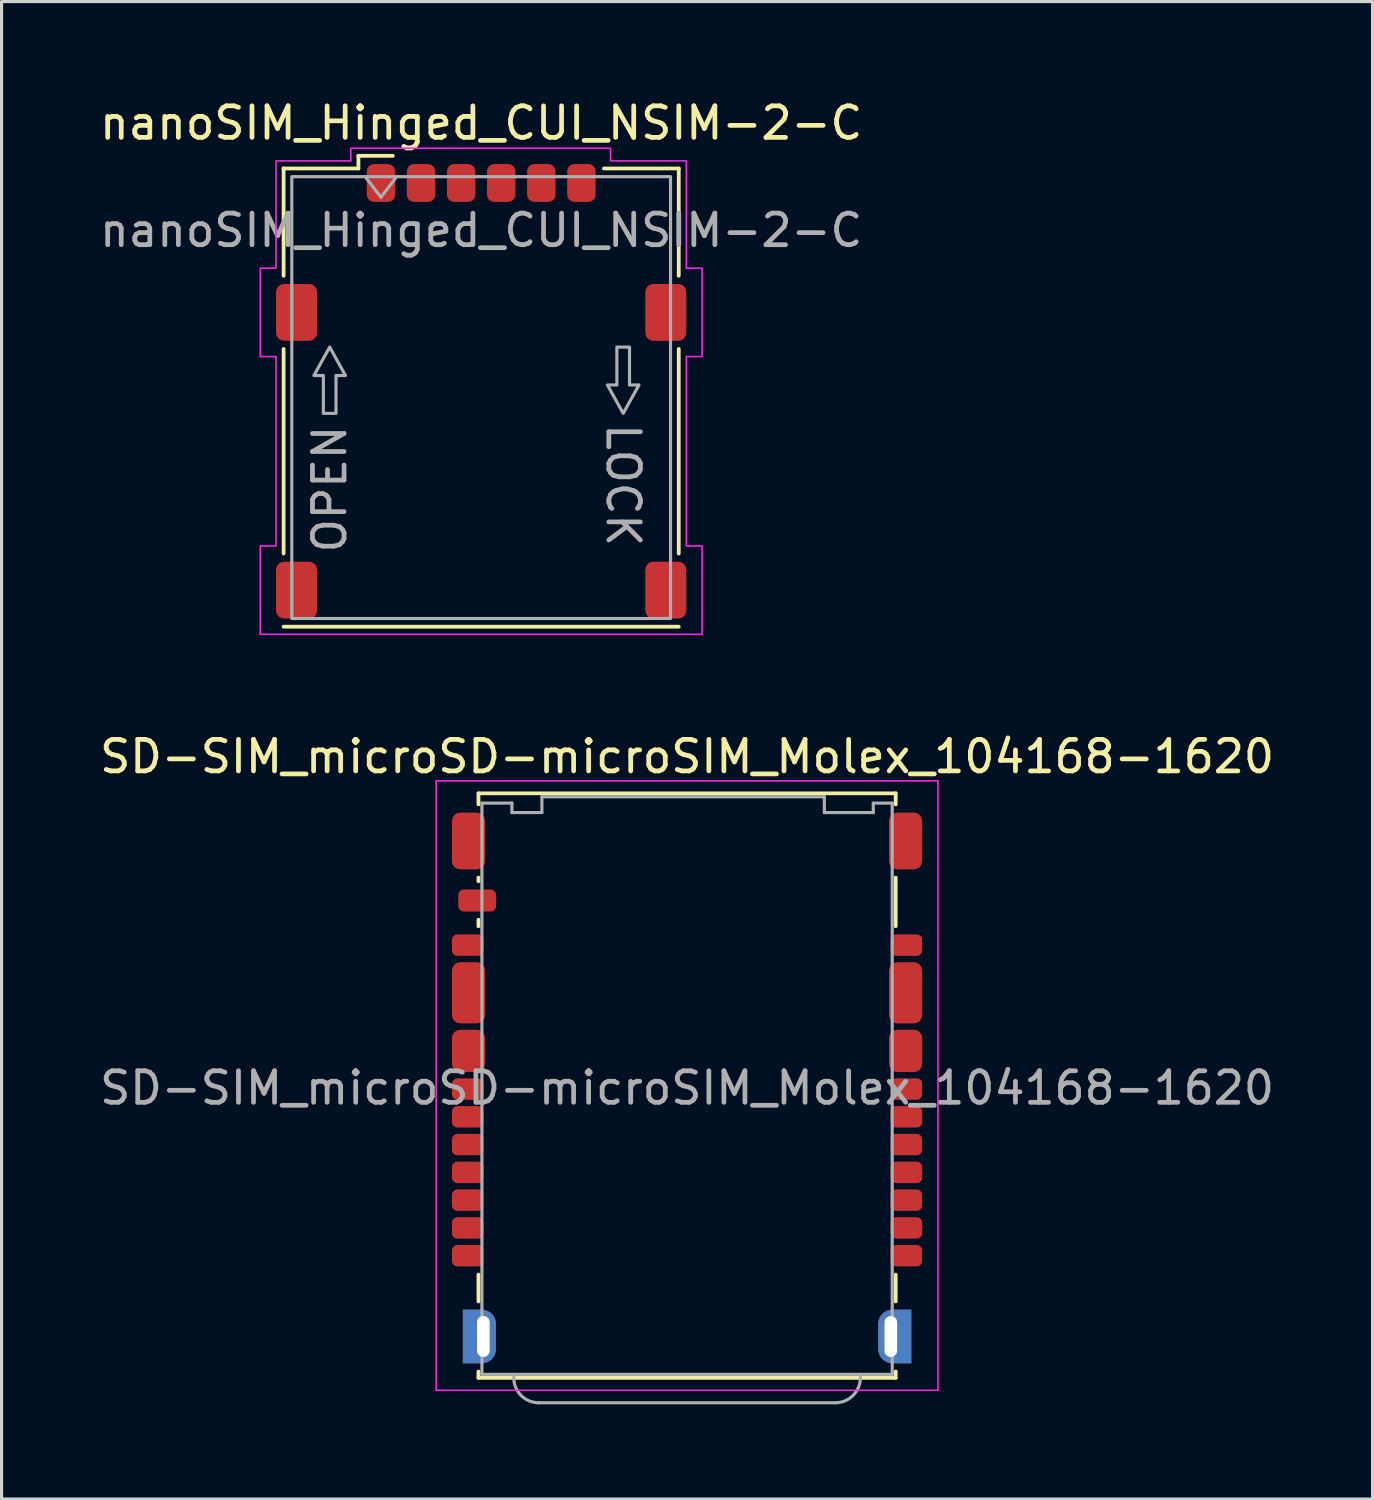
<source format=kicad_pcb>
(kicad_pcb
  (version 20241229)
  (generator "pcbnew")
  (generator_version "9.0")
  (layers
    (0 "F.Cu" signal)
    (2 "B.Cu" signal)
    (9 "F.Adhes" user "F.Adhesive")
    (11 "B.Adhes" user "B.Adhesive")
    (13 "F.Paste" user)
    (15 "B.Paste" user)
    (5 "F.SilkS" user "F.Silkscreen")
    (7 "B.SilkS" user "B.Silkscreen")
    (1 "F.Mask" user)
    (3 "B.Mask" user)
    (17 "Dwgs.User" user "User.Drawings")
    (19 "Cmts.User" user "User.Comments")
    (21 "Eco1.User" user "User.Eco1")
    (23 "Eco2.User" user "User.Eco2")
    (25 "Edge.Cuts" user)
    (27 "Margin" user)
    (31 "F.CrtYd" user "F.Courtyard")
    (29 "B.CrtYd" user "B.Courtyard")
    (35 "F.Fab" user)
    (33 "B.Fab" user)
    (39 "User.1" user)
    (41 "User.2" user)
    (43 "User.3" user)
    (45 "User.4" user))
  (footprint "SD-SIM_microSD-microSIM_Molex_104168-1620"
    (layer "F.Cu")
    (at 18.72 31.422)
    (property "Reference" "SD-SIM_microSD-microSIM_Molex_104168-1620" (at 0 -10.5 0) (layer "F.SilkS") (effects (font (size 1 1) (thickness 0.15))))
    (attr smd)
    (fp_line (start -6.61 -9.335) (end 6.61 -9.335) (stroke (width 0.12) (type solid)) (layer "F.SilkS"))
    (fp_line (start -6.61 -8.985) (end -6.61 -9.335) (stroke (width 0.12) (type solid)) (layer "F.SilkS"))
    (fp_line (start -6.61 -6.665) (end -6.61 -6.55) (stroke (width 0.12) (type solid)) (layer "F.SilkS"))
    (fp_line (start -6.61 -5.33) (end -6.61 -5.125) (stroke (width 0.12) (type solid)) (layer "F.SilkS"))
    (fp_line (start -6.61 5.915) (end -6.61 6.765) (stroke (width 0.12) (type solid)) (layer "F.SilkS"))
    (fp_line (start -6.61 8.985) (end -6.61 9.185) (stroke (width 0.12) (type solid)) (layer "F.SilkS"))
    (fp_line (start -6.61 9.185) (end 6.61 9.185) (stroke (width 0.12) (type solid)) (layer "F.SilkS"))
    (fp_line (start 6.61 -8.985) (end 6.61 -9.335) (stroke (width 0.12) (type solid)) (layer "F.SilkS"))
    (fp_line (start 6.61 -6.665) (end 6.61 -5.125) (stroke (width 0.12) (type solid)) (layer "F.SilkS"))
    (fp_line (start 6.61 5.915) (end 6.61 6.765) (stroke (width 0.12) (type solid)) (layer "F.SilkS"))
    (fp_line (start 6.61 8.985) (end 6.61 9.185) (stroke (width 0.12) (type solid)) (layer "F.SilkS"))
    (fp_line (start -7.95 -9.73) (end -7.95 9.58) (stroke (width 0.05) (type solid)) (layer "F.CrtYd"))
    (fp_line (start -7.95 -9.73) (end 7.95 -9.73) (stroke (width 0.05) (type solid)) (layer "F.CrtYd"))
    (fp_line (start -7.95 9.58) (end 7.95 9.58) (stroke (width 0.05) (type solid)) (layer "F.CrtYd"))
    (fp_line (start 7.95 -9.73) (end 7.95 9.58) (stroke (width 0.05) (type solid)) (layer "F.CrtYd"))
    (fp_line (start -6.5 -9.025) (end -6.5 9.075) (stroke (width 0.1) (type solid)) (layer "F.Fab"))
    (fp_line (start -6.5 -9.025) (end -5.55 -9.025) (stroke (width 0.1) (type solid)) (layer "F.Fab"))
    (fp_line (start -6.5 9.075) (end 6.5 9.075) (stroke (width 0.1) (type solid)) (layer "F.Fab"))
    (fp_line (start -5.55 -9.025) (end -5.55 -8.725) (stroke (width 0.1) (type solid)) (layer "F.Fab"))
    (fp_line (start -5.55 -8.725) (end -4.6 -8.725) (stroke (width 0.1) (type solid)) (layer "F.Fab"))
    (fp_line (start -5.49 9.075) (end -5.49 9.185) (stroke (width 0.1) (type solid)) (layer "F.Fab"))
    (fp_line (start -4.7 9.975) (end 4.7 9.975) (stroke (width 0.1) (type solid)) (layer "F.Fab"))
    (fp_line (start -4.6 -9.225) (end -4.6 -8.725) (stroke (width 0.1) (type solid)) (layer "F.Fab"))
    (fp_line (start -4.6 -9.225) (end 4.35 -9.225) (stroke (width 0.1) (type solid)) (layer "F.Fab"))
    (fp_line (start 4.35 -9.225) (end 4.35 -8.725) (stroke (width 0.1) (type solid)) (layer "F.Fab"))
    (fp_line (start 4.35 -8.725) (end 5.9 -8.725) (stroke (width 0.1) (type solid)) (layer "F.Fab"))
    (fp_line (start 5.49 9.075) (end 5.49 9.185) (stroke (width 0.1) (type solid)) (layer "F.Fab"))
    (fp_line (start 5.9 -9.025) (end 5.9 -8.725) (stroke (width 0.1) (type solid)) (layer "F.Fab"))
    (fp_line (start 5.9 -9.025) (end 6.5 -9.025) (stroke (width 0.1) (type solid)) (layer "F.Fab"))
    (fp_line (start 6.5 -9.025) (end 6.5 9.075) (stroke (width 0.1) (type solid)) (layer "F.Fab"))
    (fp_arc (start -4.7 9.975) (mid -5.258614 9.743614) (end -5.49 9.185) (stroke (width 0.1) (type solid)) (layer "F.Fab"))
    (fp_arc (start 5.49 9.185) (mid 5.258614 9.743614) (end 4.7 9.975) (stroke (width 0.1) (type solid)) (layer "F.Fab"))
    (fp_text user "${REFERENCE}" (at 0 0 0) (layer "F.Fab") (effects (font (size 1 1) (thickness 0.15))))
    (pad "C1" smd roundrect (at 6.95 -4.525) (size 1 0.68) (layers "F.Cu" "F.Mask" "F.Paste") (roundrect_rratio 0.25))
    (pad "C2" smd roundrect (at 6.95 0.035) (size 1 0.68) (layers "F.Cu" "F.Mask" "F.Paste") (roundrect_rratio 0.25))
    (pad "C3" smd roundrect (at 6.95 0.915) (size 1 0.68) (layers "F.Cu" "F.Mask" "F.Paste") (roundrect_rratio 0.25))
    (pad "C4" smd roundrect (at 6.95 2.675) (size 1 0.68) (layers "F.Cu" "F.Mask" "F.Paste") (roundrect_rratio 0.25))
    (pad "C5" smd roundrect (at -6.95 2.675) (size 1 0.68) (layers "F.Cu" "F.Mask" "F.Paste") (roundrect_rratio 0.25))
    (pad "C6" smd roundrect (at -6.95 0.915) (size 1 0.68) (layers "F.Cu" "F.Mask" "F.Paste") (roundrect_rratio 0.25))
    (pad "C7" smd roundrect (at -6.95 0.035) (size 1 0.68) (layers "F.Cu" "F.Mask" "F.Paste") (roundrect_rratio 0.25))
    (pad "C8" smd roundrect (at -6.95 -4.525) (size 1 0.68) (layers "F.Cu" "F.Mask" "F.Paste") (roundrect_rratio 0.25))
    (pad "S1" smd roundrect (at 6.95 5.315) (size 1 0.68) (layers "F.Cu" "F.Mask" "F.Paste") (roundrect_rratio 0.25))
    (pad "S2" smd roundrect (at 6.95 4.435) (size 1 0.68) (layers "F.Cu" "F.Mask" "F.Paste") (roundrect_rratio 0.25))
    (pad "S3" smd roundrect (at -6.95 4.435) (size 1 0.68) (layers "F.Cu" "F.Mask" "F.Paste") (roundrect_rratio 0.25))
    (pad "S4" smd roundrect (at -6.95 5.315) (size 1 0.68) (layers "F.Cu" "F.Mask" "F.Paste") (roundrect_rratio 0.25))
    (pad "S5" smd roundrect (at 6.95 1.795) (size 1 0.68) (layers "F.Cu" "F.Mask" "F.Paste") (roundrect_rratio 0.25))
    (pad "S6" smd roundrect (at 6.95 3.555) (size 1 0.68) (layers "F.Cu" "F.Mask" "F.Paste") (roundrect_rratio 0.25))
    (pad "S7" smd roundrect (at -6.95 3.555) (size 1 0.68) (layers "F.Cu" "F.Mask" "F.Paste") (roundrect_rratio 0.25))
    (pad "S8" smd roundrect (at -6.95 1.795) (size 1 0.68) (layers "F.Cu" "F.Mask" "F.Paste") (roundrect_rratio 0.25))
    (pad "SH" smd roundrect (at -6.925 -7.825) (size 1.05 1.8) (layers "F.Cu" "F.Mask" "F.Paste") (roundrect_rratio 0.25))
    (pad "SH" smd roundrect (at -6.925 -3.015) (size 1.05 1.94) (layers "F.Cu" "F.Mask" "F.Paste") (roundrect_rratio 0.25))
    (pad "SH" smd roundrect (at -6.925 -1.175) (size 1.05 1.34) (layers "F.Cu" "F.Mask" "F.Paste") (roundrect_rratio 0.25))
    (pad "SH" thru_hole custom (at -6.455 7.875) (size 0.5 1.4) (drill oval 0.4 1.3) (layers "*.Cu" "*.Mask" "F.Paste") (options (anchor rect)) (primitives (gr_poly (pts (xy 0.4 -0.4) (xy 0 -0.4) (xy 0 -0.85) (xy -0.65 -0.85) (xy -0.65 0.85) (xy 0 0.85) (xy 0 0.4) (xy 0.4 0.4)) (width 0) (fill yes)) (gr_circle (center -0.05 0.4) (end 0.4 0.4) (width 0) (fill yes)) (gr_circle (center -0.05 -0.4) (end 0.4 -0.4) (width 0) (fill yes))))
    (pad "SH" thru_hole custom (at 6.455 7.875) (size 0.5 1.4) (drill oval 0.4 1.3) (layers "*.Cu" "*.Mask" "F.Paste") (options (anchor rect)) (primitives (gr_poly (pts (xy -0.4 -0.4) (xy 0 -0.4) (xy 0 -0.85) (xy 0.65 -0.85) (xy 0.65 0.85) (xy 0 0.85) (xy 0 0.4) (xy -0.4 0.4)) (width 0) (fill yes)) (gr_circle (center 0.05 0.4) (end 0.5 0.4) (width 0) (fill yes)) (gr_circle (center 0.05 -0.4) (end 0.5 -0.4) (width 0) (fill yes))))
    (pad "SH" smd roundrect (at 6.925 -7.825) (size 1.05 1.8) (layers "F.Cu" "F.Mask" "F.Paste") (roundrect_rratio 0.25))
    (pad "SH" smd roundrect (at 6.925 -3.015) (size 1.05 1.94) (layers "F.Cu" "F.Mask" "F.Paste") (roundrect_rratio 0.25))
    (pad "SH" smd roundrect (at 6.925 -1.175) (size 1.05 1.34) (layers "F.Cu" "F.Mask" "F.Paste") (roundrect_rratio 0.25))
    (pad "SW" smd roundrect (at -6.65 -5.94) (size 1.2 0.7) (layers "F.Cu" "F.Mask" "F.Paste") (roundrect_rratio 0.25))
    (zone (net_name "") (layer "F.Cu") (hatch edge 0.5) (connect_pads) (min_thickness 0.25) (filled_areas_thickness no) (keepout (tracks not_allowed) (vias not_allowed) (pads not_allowed) (copperpour not_allowed) (footprints allowed)) (placement (enabled no)) (fill) (polygon (pts (xy 12.73 22.697) (xy 24.71 22.697) (xy 24.71 40.386) (xy 12.73 40.386)))))
  (footprint "nanoSIM_Hinged_CUI_NSIM-2-C"
    (layer "F.Cu")
    (at 12.196 9.548)
    (property "Reference" "nanoSIM_Hinged_CUI_NSIM-2-C" (at 0 -8.7 0) (layer "F.SilkS") (effects (font (size 1 1) (thickness 0.15))))
    (attr smd)
    (fp_line (start -6.26 -7.26) (end -6.26 -3.86) (stroke (width 0.12) (type default)) (layer "F.SilkS"))
    (fp_line (start -6.26 -1.54) (end -6.26 4.94) (stroke (width 0.12) (type default)) (layer "F.SilkS"))
    (fp_line (start -6.26 7.26) (end 6.26 7.26) (stroke (width 0.12) (type default)) (layer "F.SilkS"))
    (fp_line (start -3.89 -7.66) (end -2.8 -7.66) (stroke (width 0.12) (type default)) (layer "F.SilkS"))
    (fp_line (start -3.89 -7.26) (end -6.26 -7.26) (stroke (width 0.12) (type default)) (layer "F.SilkS"))
    (fp_line (start -3.89 -7.26) (end -3.89 -7.66) (stroke (width 0.12) (type default)) (layer "F.SilkS"))
    (fp_line (start 6.26 -7.26) (end 3.89 -7.26) (stroke (width 0.12) (type default)) (layer "F.SilkS"))
    (fp_line (start 6.26 -7.26) (end 6.26 -3.86) (stroke (width 0.12) (type default)) (layer "F.SilkS"))
    (fp_line (start 6.26 -1.54) (end 6.26 4.94) (stroke (width 0.12) (type default)) (layer "F.SilkS"))
    (fp_poly (pts (xy -6.5 -7.5) (xy -4.13 -7.5) (xy -4.13 -7.9) (xy 4.1 -7.9) (xy 4.1 -7.5) (xy 6.5 -7.5) (xy 6.5 -4.1) (xy 7 -4.1) (xy 7 -1.3) (xy 6.5 -1.3) (xy 6.5 4.7) (xy 7 4.7) (xy 7 7.5) (xy -7 7.5) (xy -7 4.7) (xy -6.5 4.7) (xy -6.5 -1.3) (xy -7 -1.3) (xy -7 -4.1) (xy -6.5 -4.1)) (stroke (width 0.05) (type solid)) (fill no) (layer "F.CrtYd"))
    (fp_line (start -3.675 -7) (end -3.175 -6.35) (stroke (width 0.1) (type default)) (layer "F.Fab"))
    (fp_line (start -3.175 -6.35) (end -2.675 -7) (stroke (width 0.1) (type default)) (layer "F.Fab"))
    (fp_rect (start -6 -7) (end 6 7) (stroke (width 0.1) (type default)) (fill no) (layer "F.Fab"))
    (fp_poly (pts (xy -5 0.5) (xy -5 -0.7) (xy -5.3 -0.7) (xy -4.8 -1.6) (xy -4.3 -0.7) (xy -4.6 -0.7) (xy -4.6 0.5)) (stroke (width 0.1) (type solid)) (fill no) (layer "F.Fab"))
    (fp_poly (pts (xy 4.7 -1.6) (xy 4.7 -0.4) (xy 5 -0.4) (xy 4.5 0.5) (xy 4 -0.4) (xy 4.3 -0.4) (xy 4.3 -1.6)) (stroke (width 0.1) (type solid)) (fill no) (layer "F.Fab"))
    (fp_text user "OPEN" (at -4.8 0.8 90) (unlocked yes) (layer "F.Fab") (effects (font (size 1 1) (thickness 0.15)) (justify right)))
    (fp_text user "${REFERENCE}" (at 0 -5.3 0) (layer "F.Fab") (effects (font (size 1 1) (thickness 0.15))))
    (fp_text user "LOCK" (at 4.5 4.8 270) (unlocked yes) (layer "F.Fab") (effects (font (size 1 1) (thickness 0.15)) (justify right)))
    (pad "1" smd roundrect (at -3.175 -6.8) (size 0.9 1.2) (layers "F.Cu" "F.Mask" "F.Paste") (roundrect_rratio 0.25))
    (pad "2" smd roundrect (at -0.635 -6.8) (size 0.9 1.2) (layers "F.Cu" "F.Mask" "F.Paste") (roundrect_rratio 0.25))
    (pad "3" smd roundrect (at 1.905 -6.8) (size 0.9 1.2) (layers "F.Cu" "F.Mask" "F.Paste") (roundrect_rratio 0.25))
    (pad "5" smd roundrect (at -1.905 -6.8) (size 0.9 1.2) (layers "F.Cu" "F.Mask" "F.Paste") (roundrect_rratio 0.25))
    (pad "6" smd roundrect (at 0.635 -6.8) (size 0.9 1.2) (layers "F.Cu" "F.Mask" "F.Paste") (roundrect_rratio 0.25))
    (pad "7" smd roundrect (at 3.175 -6.8) (size 0.9 1.2) (layers "F.Cu" "F.Mask" "F.Paste") (roundrect_rratio 0.25))
    (pad "CD" smd roundrect (at -5.85 6.1) (size 1.3 1.8) (layers "F.Cu" "F.Mask" "F.Paste") (roundrect_rratio 0.192))
    (pad "SH" smd roundrect (at -5.85 -2.7) (size 1.3 1.8) (layers "F.Cu" "F.Mask" "F.Paste") (roundrect_rratio 0.192))
    (pad "SH" smd roundrect (at 5.85 -2.7) (size 1.3 1.8) (layers "F.Cu" "F.Mask" "F.Paste") (roundrect_rratio 0.192))
    (pad "SH" smd roundrect (at 5.85 6.1) (size 1.3 1.8) (layers "F.Cu" "F.Mask" "F.Paste") (roundrect_rratio 0.192))
    (zone (net_name "") (layer "F.Cu") (hatch edge 0.5) (connect_pads) (min_thickness 0.25) (filled_areas_thickness no) (keepout (tracks allowed) (vias not_allowed) (pads not_allowed) (copperpour allowed) (footprints allowed)) (placement (enabled no)) (fill) (polygon (pts (xy 8.306 12.148) (xy 8.306 15.848) (xy 10.706 15.848) (xy 10.706 12.148))))
    (zone (net_name "") (layer "F.Cu") (hatch edge 0.5) (connect_pads) (min_thickness 0.25) (filled_areas_thickness no) (keepout (tracks allowed) (vias not_allowed) (pads not_allowed) (copperpour allowed) (footprints allowed)) (placement (enabled no)) (fill) (polygon (pts (xy 9.006 5.148) (xy 9.006 8.848) (xy 10.306 8.848) (xy 10.306 5.148))))
    (zone (net_name "") (layer "F.Cu") (hatch edge 0.5) (connect_pads) (min_thickness 0.25) (filled_areas_thickness no) (keepout (tracks allowed) (vias not_allowed) (pads not_allowed) (copperpour allowed) (footprints allowed)) (placement (enabled no)) (fill) (polygon (pts (xy 11.546 5.148) (xy 11.546 8.848) (xy 12.846 8.848) (xy 12.846 5.148))))
    (zone (net_name "") (layer "F.Cu") (hatch edge 0.5) (connect_pads) (min_thickness 0.25) (filled_areas_thickness no) (keepout (tracks allowed) (vias not_allowed) (pads not_allowed) (copperpour allowed) (footprints allowed)) (placement (enabled no)) (fill) (polygon (pts (xy 11.546 12.148) (xy 11.546 15.848) (xy 12.846 15.848) (xy 12.846 12.148))))
    (zone (net_name "") (layer "F.Cu") (hatch edge 0.5) (connect_pads) (min_thickness 0.25) (filled_areas_thickness no) (keepout (tracks allowed) (vias not_allowed) (pads not_allowed) (copperpour allowed) (footprints allowed)) (placement (enabled no)) (fill) (polygon (pts (xy 14.086 5.148) (xy 14.086 8.848) (xy 15.386 8.848) (xy 15.386 5.148))))
    (zone (net_name "") (layer "F.Cu") (hatch edge 0.5) (connect_pads) (min_thickness 0.25) (filled_areas_thickness no) (keepout (tracks allowed) (vias not_allowed) (pads not_allowed) (copperpour allowed) (footprints allowed)) (placement (enabled no)) (fill) (polygon (pts (xy 14.086 12.148) (xy 14.086 15.848) (xy 15.386 15.848) (xy 15.386 12.148)))))
  (gr_rect
    (start -3 -3)
    (end 40.44 44.447)
    (stroke (width 0.1) (type default))
    (fill no)
    (layer "Edge.Cuts")))
</source>
